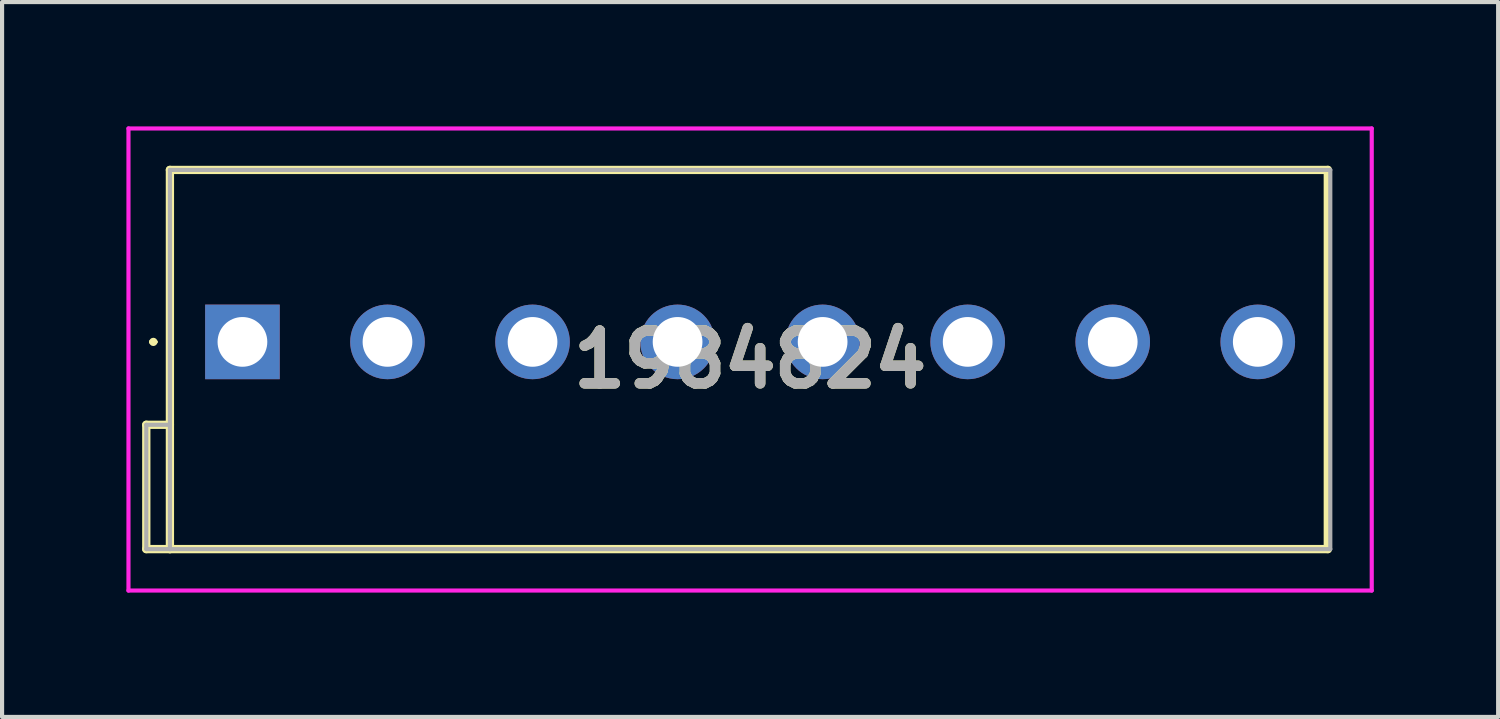
<source format=kicad_pcb>
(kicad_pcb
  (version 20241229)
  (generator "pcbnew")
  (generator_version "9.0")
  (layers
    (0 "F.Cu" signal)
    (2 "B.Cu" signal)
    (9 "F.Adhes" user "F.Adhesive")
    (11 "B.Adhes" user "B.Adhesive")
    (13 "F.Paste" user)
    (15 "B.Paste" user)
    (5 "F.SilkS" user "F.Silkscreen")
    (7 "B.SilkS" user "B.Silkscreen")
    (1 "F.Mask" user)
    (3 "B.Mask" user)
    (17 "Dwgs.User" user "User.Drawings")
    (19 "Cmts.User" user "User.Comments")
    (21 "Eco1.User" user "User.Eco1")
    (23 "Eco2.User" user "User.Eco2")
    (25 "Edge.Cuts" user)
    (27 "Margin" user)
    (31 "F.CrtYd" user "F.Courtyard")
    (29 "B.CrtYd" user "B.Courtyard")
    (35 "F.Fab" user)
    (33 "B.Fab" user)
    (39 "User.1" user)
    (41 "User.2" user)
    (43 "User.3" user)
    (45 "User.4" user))
  (footprint "1984824"
    (layer "F.Cu")
    (at 2.8 5.2)
    (property "Reference" "1984824" (at 12.25 0.425 0) (layer "F.SilkS") (effects (font (size 1.27 1.27) (thickness 0.254))))
    (attr through_hole)
    (fp_line (start -2.32 2) (end -1.75 2) (stroke (width 0.2) (type solid)) (layer "F.SilkS"))
    (fp_line (start -2.32 5) (end -2.32 2) (stroke (width 0.2) (type solid)) (layer "F.SilkS"))
    (fp_line (start -2.2 0) (end -2.2 0) (stroke (width 0.1) (type solid)) (layer "F.SilkS"))
    (fp_line (start -2.2 0) (end -2.1 0) (stroke (width 0.1) (type solid)) (layer "F.SilkS"))
    (fp_line (start -2.1 0) (end -2.1 0) (stroke (width 0.1) (type solid)) (layer "F.SilkS"))
    (fp_line (start -1.75 -4.15) (end -1.75 5) (stroke (width 0.2) (type solid)) (layer "F.SilkS"))
    (fp_line (start -1.75 5) (end -2.32 5) (stroke (width 0.2) (type solid)) (layer "F.SilkS"))
    (fp_line (start -1.75 5) (end 26.19 5) (stroke (width 0.2) (type solid)) (layer "F.SilkS"))
    (fp_line (start 26.19 -4.15) (end -1.75 -4.15) (stroke (width 0.2) (type solid)) (layer "F.SilkS"))
    (fp_line (start 26.19 5) (end 26.19 -4.15) (stroke (width 0.2) (type solid)) (layer "F.SilkS"))
    (fp_arc (start -2.2 0) (mid -2.15 -0.05) (end -2.1 0) (stroke (width 0.1) (type solid)) (layer "F.SilkS"))
    (fp_arc (start -2.1 0) (mid -2.15 0.05) (end -2.2 0) (stroke (width 0.1) (type solid)) (layer "F.SilkS"))
    (fp_line (start -2.75 -5.15) (end 27.25 -5.15) (stroke (width 0.1) (type solid)) (layer "F.CrtYd"))
    (fp_line (start -2.75 6) (end -2.75 -5.15) (stroke (width 0.1) (type solid)) (layer "F.CrtYd"))
    (fp_line (start 27.25 -5.15) (end 27.25 6) (stroke (width 0.1) (type solid)) (layer "F.CrtYd"))
    (fp_line (start 27.25 6) (end -2.75 6) (stroke (width 0.1) (type solid)) (layer "F.CrtYd"))
    (fp_line (start -2.32 2) (end -1.75 2) (stroke (width 0.1) (type solid)) (layer "F.Fab"))
    (fp_line (start -2.32 5) (end -2.32 2) (stroke (width 0.1) (type solid)) (layer "F.Fab"))
    (fp_line (start -1.75 -4.15) (end -1.75 5) (stroke (width 0.1) (type solid)) (layer "F.Fab"))
    (fp_line (start -1.75 5) (end -2.32 5) (stroke (width 0.1) (type solid)) (layer "F.Fab"))
    (fp_line (start -1.75 5) (end 26.25 5) (stroke (width 0.1) (type solid)) (layer "F.Fab"))
    (fp_line (start 26.25 -4.15) (end -1.75 -4.15) (stroke (width 0.1) (type solid)) (layer "F.Fab"))
    (fp_line (start 26.25 5) (end 26.25 -4.15) (stroke (width 0.1) (type solid)) (layer "F.Fab"))
    (fp_text user "${REFERENCE}" (at 12.25 0.425 0) (layer "F.Fab") (effects (font (size 1.27 1.27) (thickness 0.254))))
    (pad "1" thru_hole rect (at 0 0) (size 1.8 1.8) (drill 1.2) (layers "*.Cu" "*.Mask"))
    (pad "2" thru_hole circle (at 3.5 0) (size 1.8 1.8) (drill 1.2) (layers "*.Cu" "*.Mask"))
    (pad "3" thru_hole circle (at 7 0) (size 1.8 1.8) (drill 1.2) (layers "*.Cu" "*.Mask"))
    (pad "4" thru_hole circle (at 10.5 0) (size 1.8 1.8) (drill 1.2) (layers "*.Cu" "*.Mask"))
    (pad "5" thru_hole circle (at 14 0) (size 1.8 1.8) (drill 1.2) (layers "*.Cu" "*.Mask"))
    (pad "6" thru_hole circle (at 17.5 0) (size 1.8 1.8) (drill 1.2) (layers "*.Cu" "*.Mask"))
    (pad "7" thru_hole circle (at 21 0) (size 1.8 1.8) (drill 1.2) (layers "*.Cu" "*.Mask"))
    (pad "8" thru_hole circle (at 24.5 0) (size 1.8 1.8) (drill 1.2) (layers "*.Cu" "*.Mask")))
  (gr_rect
    (start -3 -3)
    (end 33.1 14.25)
    (stroke (width 0.1) (type default))
    (fill no)
    (layer "Edge.Cuts")))
</source>
